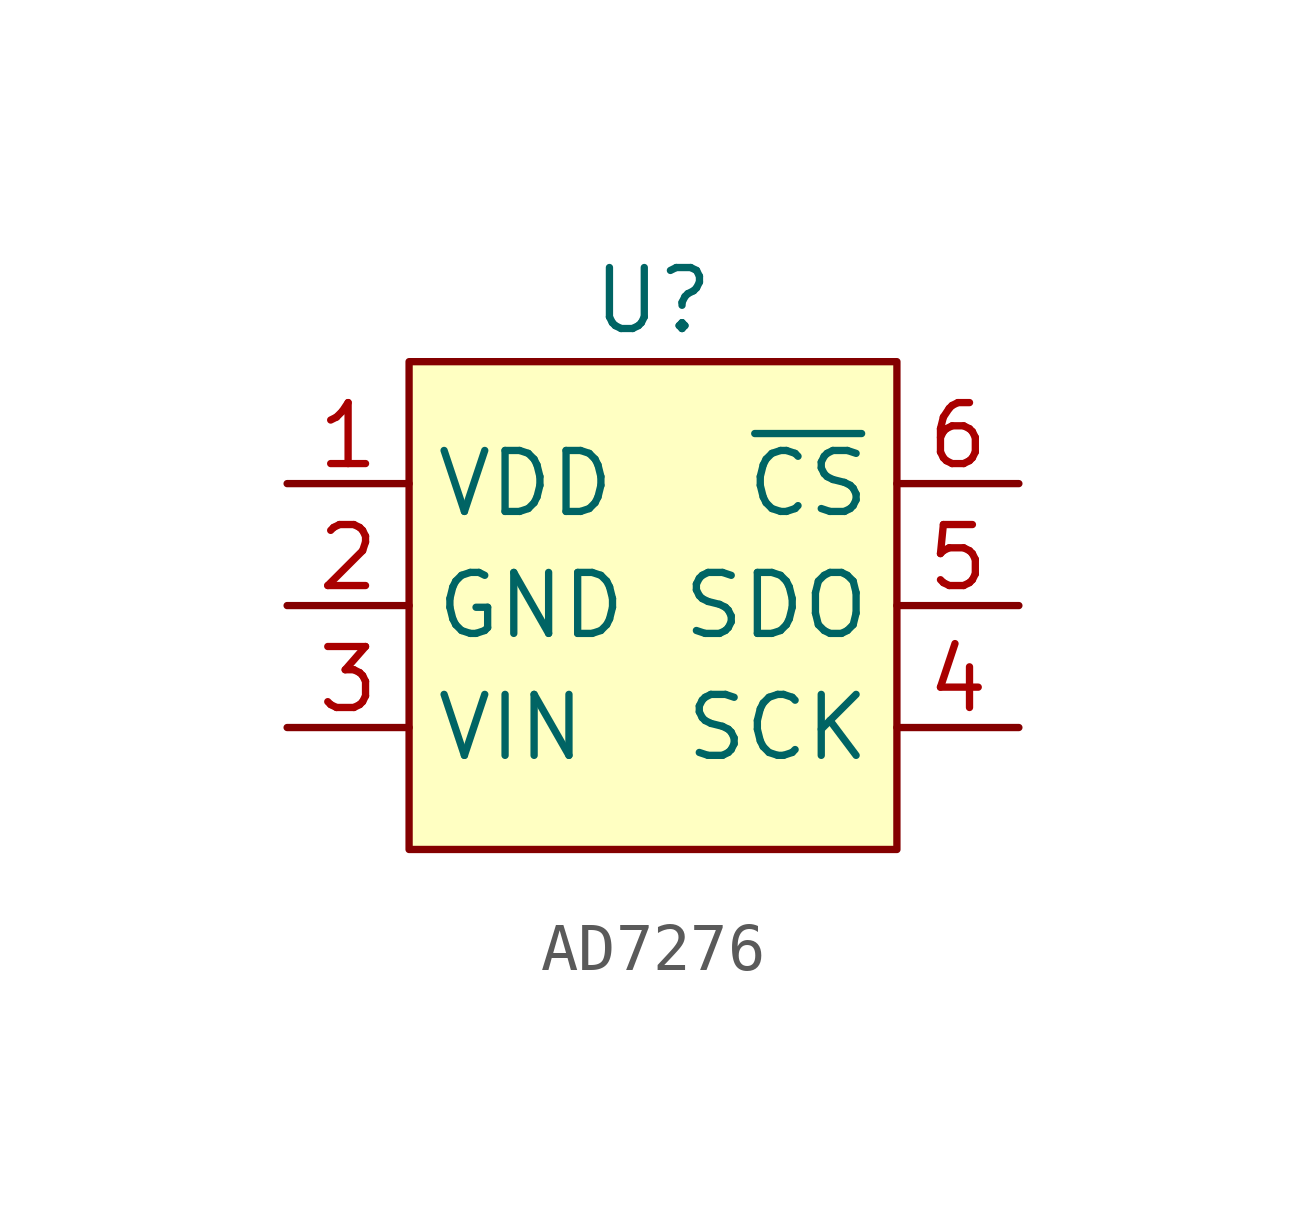
<source format=kicad_sym>
(kicad_symbol_lib
  (version 20231120)
  (generator "kicad_symbol_editor")
  (generator_version "8.0")
  (symbol "AD7276"
    (property "Reference" "U"
      (at 0 6.35 0)
      (effects (font (size 1.27 1.27))))
    (property "Value" ""
      (at 0 1.27 0)
      (effects (font (size 1.27 1.27))))
    (symbol "AD7276_1_1"
      (rectangle (start -5.08 5.08) (end 5.08 -5.08) (stroke (width 0) (type default)) (fill (type background)))
      (pin power_in line (at -7.62 2.54 0) (length 2.54) (name "VDD" (effects (font (size 1.27 1.27)))) (number "1" (effects (font (size 1.27 1.27)))))
      (pin power_in line (at -7.62 0 0) (length 2.54) (name "GND" (effects (font (size 1.27 1.27)))) (number "2" (effects (font (size 1.27 1.27)))))
      (pin power_in line (at -7.62 -2.54 0) (length 2.54) (name "VIN" (effects (font (size 1.27 1.27)))) (number "3" (effects (font (size 1.27 1.27)))))
      (pin power_in line (at 7.62 -2.54 180) (length 2.54) (name "SCK" (effects (font (size 1.27 1.27)))) (number "4" (effects (font (size 1.27 1.27)))))
      (pin power_in line (at 7.62 0 180) (length 2.54) (name "SDO" (effects (font (size 1.27 1.27)))) (number "5" (effects (font (size 1.27 1.27)))))
      (pin power_in line (at 7.62 2.54 180) (length 2.54) (name "~{CS}" (effects (font (size 1.27 1.27)))) (number "6" (effects (font (size 1.27 1.27))))))))
</source>
